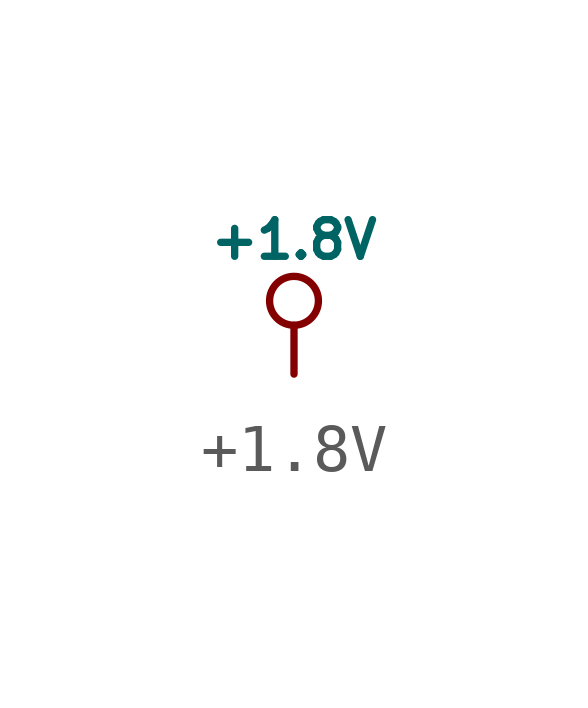
<source format=kicad_sym>
(kicad_symbol_lib
  (version 20231120)
  (generator "kicad_symbol_editor")
  (generator_version "8.0")
  (symbol "+1.8V"
    (power)
    (pin_names
      (offset 0))
    (property "Reference" "#PWR"
      (at 0 3.556 0)
      (effects (font (size 0.508 0.508)) (hide yes)))
    (property "Value" "+1.8V"
      (at 0 2.794 0)
      (effects (font (size 0.762 0.762))))
    (symbol "+1.8V_0_0"
      (polyline (pts (xy 0 0) (xy 0 1.016) (xy 0 1.016)) (stroke (width 0) (type solid)) (fill (type none)))
      (pin power_in line (at 0 0 90) (length 0) hide (name "+1.8V" (effects (font (size 0.508 0.508)))) (number "1" (effects (font (size 0.508 0.508))))))
    (symbol "+1.8V_0_1"
      (circle (center 0 1.524) (radius 0.508) (stroke (width 0) (type solid)) (fill (type none))))))
</source>
